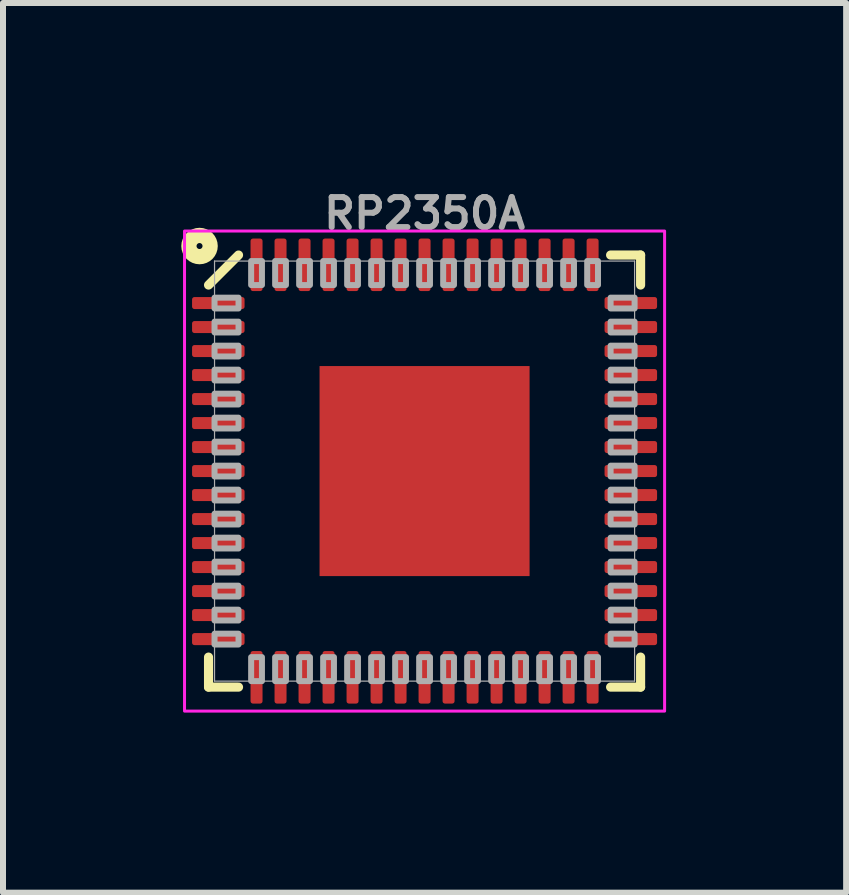
<source format=kicad_pcb>
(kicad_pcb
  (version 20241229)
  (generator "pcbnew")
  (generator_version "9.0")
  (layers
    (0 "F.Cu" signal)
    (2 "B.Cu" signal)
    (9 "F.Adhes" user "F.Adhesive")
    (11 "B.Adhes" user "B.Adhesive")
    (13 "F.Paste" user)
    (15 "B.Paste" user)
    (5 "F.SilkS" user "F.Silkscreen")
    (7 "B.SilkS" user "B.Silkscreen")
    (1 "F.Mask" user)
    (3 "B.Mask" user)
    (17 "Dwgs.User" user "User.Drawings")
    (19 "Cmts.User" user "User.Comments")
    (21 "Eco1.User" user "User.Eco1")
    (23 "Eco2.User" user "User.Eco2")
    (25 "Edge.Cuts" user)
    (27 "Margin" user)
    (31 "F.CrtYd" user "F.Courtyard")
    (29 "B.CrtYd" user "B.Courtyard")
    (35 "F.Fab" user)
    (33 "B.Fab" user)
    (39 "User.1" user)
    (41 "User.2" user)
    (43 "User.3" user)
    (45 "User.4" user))
  (footprint "RP2350A"
    (layer "F.Cu")
    (at 4.025 4.8)
    (property "Reference" "RP2350A" (at 0 -4 180) (layer "F.Fab") (effects (font (size 0.5 0.5) (thickness 0.1) (bold yes)) (justify bottom)))
    (fp_line (start -3.6 3.6) (end -3.6 3.1) (stroke (width 0.152) (type solid)) (layer "F.SilkS"))
    (fp_line (start -3.1 -3.6) (end -3.6 -3.1) (stroke (width 0.152) (type solid)) (layer "F.SilkS"))
    (fp_line (start -3.1 3.6) (end -3.6 3.6) (stroke (width 0.152) (type solid)) (layer "F.SilkS"))
    (fp_line (start 3.1 3.6) (end 3.6 3.6) (stroke (width 0.152) (type solid)) (layer "F.SilkS"))
    (fp_line (start 3.6 -3.6) (end 3.1 -3.6) (stroke (width 0.152) (type solid)) (layer "F.SilkS"))
    (fp_line (start 3.6 -3.1) (end 3.6 -3.6) (stroke (width 0.152) (type solid)) (layer "F.SilkS"))
    (fp_line (start 3.6 3.1) (end 3.6 3.6) (stroke (width 0.152) (type solid)) (layer "F.SilkS"))
    (fp_circle (center -3.75 -3.75) (end -3.7 -3.75) (stroke (width 0.254) (type solid)) (fill no) (layer "F.SilkS"))
    (fp_poly (pts (xy -3.75 -2.7) (xy -3.1 -2.7) (xy -3.1 -2.9) (xy -3.75 -2.9)) (stroke (width 0) (type default)) (fill yes) (layer "F.Paste"))
    (fp_poly (pts (xy -3.75 -2.3) (xy -3.1 -2.3) (xy -3.1 -2.5) (xy -3.75 -2.5)) (stroke (width 0) (type default)) (fill yes) (layer "F.Paste"))
    (fp_poly (pts (xy -3.75 -1.9) (xy -3.1 -1.9) (xy -3.1 -2.1) (xy -3.75 -2.1)) (stroke (width 0) (type default)) (fill yes) (layer "F.Paste"))
    (fp_poly (pts (xy -3.75 -1.5) (xy -3.1 -1.5) (xy -3.1 -1.7) (xy -3.75 -1.7)) (stroke (width 0) (type default)) (fill yes) (layer "F.Paste"))
    (fp_poly (pts (xy -3.75 -1.1) (xy -3.1 -1.1) (xy -3.1 -1.3) (xy -3.75 -1.3)) (stroke (width 0) (type default)) (fill yes) (layer "F.Paste"))
    (fp_poly (pts (xy -3.75 -0.7) (xy -3.1 -0.7) (xy -3.1 -0.9) (xy -3.75 -0.9)) (stroke (width 0) (type default)) (fill yes) (layer "F.Paste"))
    (fp_poly (pts (xy -3.75 -0.3) (xy -3.1 -0.3) (xy -3.1 -0.5) (xy -3.75 -0.5)) (stroke (width 0) (type default)) (fill yes) (layer "F.Paste"))
    (fp_poly (pts (xy -3.75 0.1) (xy -3.1 0.1) (xy -3.1 -0.1) (xy -3.75 -0.1)) (stroke (width 0) (type default)) (fill yes) (layer "F.Paste"))
    (fp_poly (pts (xy -3.75 0.5) (xy -3.1 0.5) (xy -3.1 0.3) (xy -3.75 0.3)) (stroke (width 0) (type default)) (fill yes) (layer "F.Paste"))
    (fp_poly (pts (xy -3.75 0.9) (xy -3.1 0.9) (xy -3.1 0.7) (xy -3.75 0.7)) (stroke (width 0) (type default)) (fill yes) (layer "F.Paste"))
    (fp_poly (pts (xy -3.75 1.3) (xy -3.1 1.3) (xy -3.1 1.1) (xy -3.75 1.1)) (stroke (width 0) (type default)) (fill yes) (layer "F.Paste"))
    (fp_poly (pts (xy -3.75 1.7) (xy -3.1 1.7) (xy -3.1 1.5) (xy -3.75 1.5)) (stroke (width 0) (type default)) (fill yes) (layer "F.Paste"))
    (fp_poly (pts (xy -3.75 2.1) (xy -3.1 2.1) (xy -3.1 1.9) (xy -3.75 1.9)) (stroke (width 0) (type default)) (fill yes) (layer "F.Paste"))
    (fp_poly (pts (xy -3.75 2.5) (xy -3.1 2.5) (xy -3.1 2.3) (xy -3.75 2.3)) (stroke (width 0) (type default)) (fill yes) (layer "F.Paste"))
    (fp_poly (pts (xy -3.75 2.9) (xy -3.1 2.9) (xy -3.1 2.7) (xy -3.75 2.7)) (stroke (width 0) (type default)) (fill yes) (layer "F.Paste"))
    (fp_poly (pts (xy -2.9 -3.75) (xy -2.9 -3.1) (xy -2.7 -3.1) (xy -2.7 -3.75)) (stroke (width 0) (type default)) (fill yes) (layer "F.Paste"))
    (fp_poly (pts (xy -2.7 3.75) (xy -2.7 3.1) (xy -2.9 3.1) (xy -2.9 3.75)) (stroke (width 0) (type default)) (fill yes) (layer "F.Paste"))
    (fp_poly (pts (xy -2.5 -3.75) (xy -2.5 -3.1) (xy -2.3 -3.1) (xy -2.3 -3.75)) (stroke (width 0) (type default)) (fill yes) (layer "F.Paste"))
    (fp_poly (pts (xy -2.3 3.75) (xy -2.3 3.1) (xy -2.5 3.1) (xy -2.5 3.75)) (stroke (width 0) (type default)) (fill yes) (layer "F.Paste"))
    (fp_poly (pts (xy -2.1 -3.75) (xy -2.1 -3.1) (xy -1.9 -3.1) (xy -1.9 -3.75)) (stroke (width 0) (type default)) (fill yes) (layer "F.Paste"))
    (fp_poly (pts (xy -1.9 3.75) (xy -1.9 3.1) (xy -2.1 3.1) (xy -2.1 3.75)) (stroke (width 0) (type default)) (fill yes) (layer "F.Paste"))
    (fp_poly (pts (xy -1.7 -3.75) (xy -1.7 -3.1) (xy -1.5 -3.1) (xy -1.5 -3.75)) (stroke (width 0) (type default)) (fill yes) (layer "F.Paste"))
    (fp_poly (pts (xy -1.5 3.75) (xy -1.5 3.1) (xy -1.7 3.1) (xy -1.7 3.75)) (stroke (width 0) (type default)) (fill yes) (layer "F.Paste"))
    (fp_poly (pts (xy -1.3 -3.75) (xy -1.3 -3.1) (xy -1.1 -3.1) (xy -1.1 -3.75)) (stroke (width 0) (type default)) (fill yes) (layer "F.Paste"))
    (fp_poly (pts (xy -1.1 3.75) (xy -1.1 3.1) (xy -1.3 3.1) (xy -1.3 3.75)) (stroke (width 0) (type default)) (fill yes) (layer "F.Paste"))
    (fp_poly (pts (xy -1 -0.4) (xy -0.4 -0.4) (xy -0.4 -1) (xy -1 -1)) (stroke (width 0) (type default)) (fill yes) (layer "F.Paste"))
    (fp_poly (pts (xy -1 1) (xy -0.4 1) (xy -0.4 0.4) (xy -1 0.4)) (stroke (width 0) (type default)) (fill yes) (layer "F.Paste"))
    (fp_poly (pts (xy -0.9 -3.75) (xy -0.9 -3.1) (xy -0.7 -3.1) (xy -0.7 -3.75)) (stroke (width 0) (type default)) (fill yes) (layer "F.Paste"))
    (fp_poly (pts (xy -0.7 3.75) (xy -0.7 3.1) (xy -0.9 3.1) (xy -0.9 3.75)) (stroke (width 0) (type default)) (fill yes) (layer "F.Paste"))
    (fp_poly (pts (xy -0.5 -3.75) (xy -0.5 -3.1) (xy -0.3 -3.1) (xy -0.3 -3.75)) (stroke (width 0) (type default)) (fill yes) (layer "F.Paste"))
    (fp_poly (pts (xy -0.3 3.75) (xy -0.3 3.1) (xy -0.5 3.1) (xy -0.5 3.75)) (stroke (width 0) (type default)) (fill yes) (layer "F.Paste"))
    (fp_poly (pts (xy -0.1 -3.75) (xy -0.1 -3.1) (xy 0.1 -3.1) (xy 0.1 -3.75)) (stroke (width 0) (type default)) (fill yes) (layer "F.Paste"))
    (fp_poly (pts (xy 0.1 3.75) (xy 0.1 3.1) (xy -0.1 3.1) (xy -0.1 3.75)) (stroke (width 0) (type default)) (fill yes) (layer "F.Paste"))
    (fp_poly (pts (xy 0.3 -3.75) (xy 0.3 -3.1) (xy 0.5 -3.1) (xy 0.5 -3.75)) (stroke (width 0) (type default)) (fill yes) (layer "F.Paste"))
    (fp_poly (pts (xy 0.4 -0.4) (xy 1 -0.4) (xy 1 -1) (xy 0.4 -1)) (stroke (width 0) (type default)) (fill yes) (layer "F.Paste"))
    (fp_poly (pts (xy 0.4 1) (xy 1 1) (xy 1 0.4) (xy 0.4 0.4)) (stroke (width 0) (type default)) (fill yes) (layer "F.Paste"))
    (fp_poly (pts (xy 0.5 3.75) (xy 0.5 3.1) (xy 0.3 3.1) (xy 0.3 3.75)) (stroke (width 0) (type default)) (fill yes) (layer "F.Paste"))
    (fp_poly (pts (xy 0.7 -3.75) (xy 0.7 -3.1) (xy 0.9 -3.1) (xy 0.9 -3.75)) (stroke (width 0) (type default)) (fill yes) (layer "F.Paste"))
    (fp_poly (pts (xy 0.9 3.75) (xy 0.9 3.1) (xy 0.7 3.1) (xy 0.7 3.75)) (stroke (width 0) (type default)) (fill yes) (layer "F.Paste"))
    (fp_poly (pts (xy 1.1 -3.75) (xy 1.1 -3.1) (xy 1.3 -3.1) (xy 1.3 -3.75)) (stroke (width 0) (type default)) (fill yes) (layer "F.Paste"))
    (fp_poly (pts (xy 1.3 3.75) (xy 1.3 3.1) (xy 1.1 3.1) (xy 1.1 3.75)) (stroke (width 0) (type default)) (fill yes) (layer "F.Paste"))
    (fp_poly (pts (xy 1.5 -3.75) (xy 1.5 -3.1) (xy 1.7 -3.1) (xy 1.7 -3.75)) (stroke (width 0) (type default)) (fill yes) (layer "F.Paste"))
    (fp_poly (pts (xy 1.7 3.75) (xy 1.7 3.1) (xy 1.5 3.1) (xy 1.5 3.75)) (stroke (width 0) (type default)) (fill yes) (layer "F.Paste"))
    (fp_poly (pts (xy 1.9 -3.75) (xy 1.9 -3.1) (xy 2.1 -3.1) (xy 2.1 -3.75)) (stroke (width 0) (type default)) (fill yes) (layer "F.Paste"))
    (fp_poly (pts (xy 2.1 3.75) (xy 2.1 3.1) (xy 1.9 3.1) (xy 1.9 3.75)) (stroke (width 0) (type default)) (fill yes) (layer "F.Paste"))
    (fp_poly (pts (xy 2.3 -3.75) (xy 2.3 -3.1) (xy 2.5 -3.1) (xy 2.5 -3.75)) (stroke (width 0) (type default)) (fill yes) (layer "F.Paste"))
    (fp_poly (pts (xy 2.5 3.75) (xy 2.5 3.1) (xy 2.3 3.1) (xy 2.3 3.75)) (stroke (width 0) (type default)) (fill yes) (layer "F.Paste"))
    (fp_poly (pts (xy 2.7 -3.75) (xy 2.7 -3.1) (xy 2.9 -3.1) (xy 2.9 -3.75)) (stroke (width 0) (type default)) (fill yes) (layer "F.Paste"))
    (fp_poly (pts (xy 2.9 3.75) (xy 2.9 3.1) (xy 2.7 3.1) (xy 2.7 3.75)) (stroke (width 0) (type default)) (fill yes) (layer "F.Paste"))
    (fp_poly (pts (xy 3.75 -2.9) (xy 3.1 -2.9) (xy 3.1 -2.7) (xy 3.75 -2.7)) (stroke (width 0) (type default)) (fill yes) (layer "F.Paste"))
    (fp_poly (pts (xy 3.75 -2.5) (xy 3.1 -2.5) (xy 3.1 -2.3) (xy 3.75 -2.3)) (stroke (width 0) (type default)) (fill yes) (layer "F.Paste"))
    (fp_poly (pts (xy 3.75 -2.1) (xy 3.1 -2.1) (xy 3.1 -1.9) (xy 3.75 -1.9)) (stroke (width 0) (type default)) (fill yes) (layer "F.Paste"))
    (fp_poly (pts (xy 3.75 -1.7) (xy 3.1 -1.7) (xy 3.1 -1.5) (xy 3.75 -1.5)) (stroke (width 0) (type default)) (fill yes) (layer "F.Paste"))
    (fp_poly (pts (xy 3.75 -1.3) (xy 3.1 -1.3) (xy 3.1 -1.1) (xy 3.75 -1.1)) (stroke (width 0) (type default)) (fill yes) (layer "F.Paste"))
    (fp_poly (pts (xy 3.75 -0.9) (xy 3.1 -0.9) (xy 3.1 -0.7) (xy 3.75 -0.7)) (stroke (width 0) (type default)) (fill yes) (layer "F.Paste"))
    (fp_poly (pts (xy 3.75 -0.5) (xy 3.1 -0.5) (xy 3.1 -0.3) (xy 3.75 -0.3)) (stroke (width 0) (type default)) (fill yes) (layer "F.Paste"))
    (fp_poly (pts (xy 3.75 -0.1) (xy 3.1 -0.1) (xy 3.1 0.1) (xy 3.75 0.1)) (stroke (width 0) (type default)) (fill yes) (layer "F.Paste"))
    (fp_poly (pts (xy 3.75 0.3) (xy 3.1 0.3) (xy 3.1 0.5) (xy 3.75 0.5)) (stroke (width 0) (type default)) (fill yes) (layer "F.Paste"))
    (fp_poly (pts (xy 3.75 0.7) (xy 3.1 0.7) (xy 3.1 0.9) (xy 3.75 0.9)) (stroke (width 0) (type default)) (fill yes) (layer "F.Paste"))
    (fp_poly (pts (xy 3.75 1.1) (xy 3.1 1.1) (xy 3.1 1.3) (xy 3.75 1.3)) (stroke (width 0) (type default)) (fill yes) (layer "F.Paste"))
    (fp_poly (pts (xy 3.75 1.5) (xy 3.1 1.5) (xy 3.1 1.7) (xy 3.75 1.7)) (stroke (width 0) (type default)) (fill yes) (layer "F.Paste"))
    (fp_poly (pts (xy 3.75 1.9) (xy 3.1 1.9) (xy 3.1 2.1) (xy 3.75 2.1)) (stroke (width 0) (type default)) (fill yes) (layer "F.Paste"))
    (fp_poly (pts (xy 3.75 2.3) (xy 3.1 2.3) (xy 3.1 2.5) (xy 3.75 2.5)) (stroke (width 0) (type default)) (fill yes) (layer "F.Paste"))
    (fp_poly (pts (xy 3.75 2.7) (xy 3.1 2.7) (xy 3.1 2.9) (xy 3.75 2.9)) (stroke (width 0) (type default)) (fill yes) (layer "F.Paste"))
    (fp_rect (start 4 -4) (end -4 4) (stroke (width 0.05) (type default)) (fill no) (layer "F.CrtYd"))
    (fp_line (start -3.5 -3.5) (end -3.5 3.5) (stroke (width 0.02) (type solid)) (layer "F.Fab"))
    (fp_line (start -3.5 3.5) (end 3.5 3.5) (stroke (width 0.02) (type solid)) (layer "F.Fab"))
    (fp_line (start 3.5 -3.5) (end -3.5 -3.5) (stroke (width 0.02) (type solid)) (layer "F.Fab"))
    (fp_line (start 3.5 3.5) (end 3.5 -3.5) (stroke (width 0.02) (type solid)) (layer "F.Fab"))
    (fp_poly (pts (xy -3.5 -2.71) (xy -3.1 -2.71) (xy -3.1 -2.89) (xy -3.5 -2.89)) (stroke (width 0.1) (type default)) (fill no) (layer "F.Fab"))
    (fp_poly (pts (xy -3.5 -2.31) (xy -3.1 -2.31) (xy -3.1 -2.49) (xy -3.5 -2.49)) (stroke (width 0.1) (type default)) (fill no) (layer "F.Fab"))
    (fp_poly (pts (xy -3.5 -1.91) (xy -3.1 -1.91) (xy -3.1 -2.09) (xy -3.5 -2.09)) (stroke (width 0.1) (type default)) (fill no) (layer "F.Fab"))
    (fp_poly (pts (xy -3.5 -1.51) (xy -3.1 -1.51) (xy -3.1 -1.69) (xy -3.5 -1.69)) (stroke (width 0.1) (type default)) (fill no) (layer "F.Fab"))
    (fp_poly (pts (xy -3.5 -1.11) (xy -3.1 -1.11) (xy -3.1 -1.29) (xy -3.5 -1.29)) (stroke (width 0.1) (type default)) (fill no) (layer "F.Fab"))
    (fp_poly (pts (xy -3.5 -0.71) (xy -3.1 -0.71) (xy -3.1 -0.89) (xy -3.5 -0.89)) (stroke (width 0.1) (type default)) (fill no) (layer "F.Fab"))
    (fp_poly (pts (xy -3.5 -0.31) (xy -3.1 -0.31) (xy -3.1 -0.49) (xy -3.5 -0.49)) (stroke (width 0.1) (type default)) (fill no) (layer "F.Fab"))
    (fp_poly (pts (xy -3.5 0.09) (xy -3.1 0.09) (xy -3.1 -0.09) (xy -3.5 -0.09)) (stroke (width 0.1) (type default)) (fill no) (layer "F.Fab"))
    (fp_poly (pts (xy -3.5 0.49) (xy -3.1 0.49) (xy -3.1 0.31) (xy -3.5 0.31)) (stroke (width 0.1) (type default)) (fill no) (layer "F.Fab"))
    (fp_poly (pts (xy -3.5 0.89) (xy -3.1 0.89) (xy -3.1 0.71) (xy -3.5 0.71)) (stroke (width 0.1) (type default)) (fill no) (layer "F.Fab"))
    (fp_poly (pts (xy -3.5 1.29) (xy -3.1 1.29) (xy -3.1 1.11) (xy -3.5 1.11)) (stroke (width 0.1) (type default)) (fill no) (layer "F.Fab"))
    (fp_poly (pts (xy -3.5 1.69) (xy -3.1 1.69) (xy -3.1 1.51) (xy -3.5 1.51)) (stroke (width 0.1) (type default)) (fill no) (layer "F.Fab"))
    (fp_poly (pts (xy -3.5 2.09) (xy -3.1 2.09) (xy -3.1 1.91) (xy -3.5 1.91)) (stroke (width 0.1) (type default)) (fill no) (layer "F.Fab"))
    (fp_poly (pts (xy -3.5 2.49) (xy -3.1 2.49) (xy -3.1 2.31) (xy -3.5 2.31)) (stroke (width 0.1) (type default)) (fill no) (layer "F.Fab"))
    (fp_poly (pts (xy -3.5 2.89) (xy -3.1 2.89) (xy -3.1 2.71) (xy -3.5 2.71)) (stroke (width 0.1) (type default)) (fill no) (layer "F.Fab"))
    (fp_poly (pts (xy -2.89 -3.5) (xy -2.89 -3.1) (xy -2.71 -3.1) (xy -2.71 -3.5)) (stroke (width 0.1) (type default)) (fill no) (layer "F.Fab"))
    (fp_poly (pts (xy -2.71 3.5) (xy -2.71 3.1) (xy -2.89 3.1) (xy -2.89 3.5)) (stroke (width 0.1) (type default)) (fill no) (layer "F.Fab"))
    (fp_poly (pts (xy -2.49 -3.5) (xy -2.49 -3.1) (xy -2.31 -3.1) (xy -2.31 -3.5)) (stroke (width 0.1) (type default)) (fill no) (layer "F.Fab"))
    (fp_poly (pts (xy -2.31 3.5) (xy -2.31 3.1) (xy -2.49 3.1) (xy -2.49 3.5)) (stroke (width 0.1) (type default)) (fill no) (layer "F.Fab"))
    (fp_poly (pts (xy -2.09 -3.5) (xy -2.09 -3.1) (xy -1.91 -3.1) (xy -1.91 -3.5)) (stroke (width 0.1) (type default)) (fill no) (layer "F.Fab"))
    (fp_poly (pts (xy -1.91 3.5) (xy -1.91 3.1) (xy -2.09 3.1) (xy -2.09 3.5)) (stroke (width 0.1) (type default)) (fill no) (layer "F.Fab"))
    (fp_poly (pts (xy -1.69 -3.5) (xy -1.69 -3.1) (xy -1.51 -3.1) (xy -1.51 -3.5)) (stroke (width 0.1) (type default)) (fill no) (layer "F.Fab"))
    (fp_poly (pts (xy -1.51 3.5) (xy -1.51 3.1) (xy -1.69 3.1) (xy -1.69 3.5)) (stroke (width 0.1) (type default)) (fill no) (layer "F.Fab"))
    (fp_poly (pts (xy -1.29 -3.5) (xy -1.29 -3.1) (xy -1.11 -3.1) (xy -1.11 -3.5)) (stroke (width 0.1) (type default)) (fill no) (layer "F.Fab"))
    (fp_poly (pts (xy -1.11 3.5) (xy -1.11 3.1) (xy -1.29 3.1) (xy -1.29 3.5)) (stroke (width 0.1) (type default)) (fill no) (layer "F.Fab"))
    (fp_poly (pts (xy -0.89 -3.5) (xy -0.89 -3.1) (xy -0.71 -3.1) (xy -0.71 -3.5)) (stroke (width 0.1) (type default)) (fill no) (layer "F.Fab"))
    (fp_poly (pts (xy -0.71 3.5) (xy -0.71 3.1) (xy -0.89 3.1) (xy -0.89 3.5)) (stroke (width 0.1) (type default)) (fill no) (layer "F.Fab"))
    (fp_poly (pts (xy -0.49 -3.5) (xy -0.49 -3.1) (xy -0.31 -3.1) (xy -0.31 -3.5)) (stroke (width 0.1) (type default)) (fill no) (layer "F.Fab"))
    (fp_poly (pts (xy -0.31 3.5) (xy -0.31 3.1) (xy -0.49 3.1) (xy -0.49 3.5)) (stroke (width 0.1) (type default)) (fill no) (layer "F.Fab"))
    (fp_poly (pts (xy -0.09 -3.5) (xy -0.09 -3.1) (xy 0.09 -3.1) (xy 0.09 -3.5)) (stroke (width 0.1) (type default)) (fill no) (layer "F.Fab"))
    (fp_poly (pts (xy 0.09 3.5) (xy 0.09 3.1) (xy -0.09 3.1) (xy -0.09 3.5)) (stroke (width 0.1) (type default)) (fill no) (layer "F.Fab"))
    (fp_poly (pts (xy 0.31 -3.5) (xy 0.31 -3.1) (xy 0.49 -3.1) (xy 0.49 -3.5)) (stroke (width 0.1) (type default)) (fill no) (layer "F.Fab"))
    (fp_poly (pts (xy 0.49 3.5) (xy 0.49 3.1) (xy 0.31 3.1) (xy 0.31 3.5)) (stroke (width 0.1) (type default)) (fill no) (layer "F.Fab"))
    (fp_poly (pts (xy 0.71 -3.5) (xy 0.71 -3.1) (xy 0.89 -3.1) (xy 0.89 -3.5)) (stroke (width 0.1) (type default)) (fill no) (layer "F.Fab"))
    (fp_poly (pts (xy 0.89 3.5) (xy 0.89 3.1) (xy 0.71 3.1) (xy 0.71 3.5)) (stroke (width 0.1) (type default)) (fill no) (layer "F.Fab"))
    (fp_poly (pts (xy 1.11 -3.5) (xy 1.11 -3.1) (xy 1.29 -3.1) (xy 1.29 -3.5)) (stroke (width 0.1) (type default)) (fill no) (layer "F.Fab"))
    (fp_poly (pts (xy 1.29 3.5) (xy 1.29 3.1) (xy 1.11 3.1) (xy 1.11 3.5)) (stroke (width 0.1) (type default)) (fill no) (layer "F.Fab"))
    (fp_poly (pts (xy 1.51 -3.5) (xy 1.51 -3.1) (xy 1.69 -3.1) (xy 1.69 -3.5)) (stroke (width 0.1) (type default)) (fill no) (layer "F.Fab"))
    (fp_poly (pts (xy 1.69 3.5) (xy 1.69 3.1) (xy 1.51 3.1) (xy 1.51 3.5)) (stroke (width 0.1) (type default)) (fill no) (layer "F.Fab"))
    (fp_poly (pts (xy 1.91 -3.5) (xy 1.91 -3.1) (xy 2.09 -3.1) (xy 2.09 -3.5)) (stroke (width 0.1) (type default)) (fill no) (layer "F.Fab"))
    (fp_poly (pts (xy 2.09 3.5) (xy 2.09 3.1) (xy 1.91 3.1) (xy 1.91 3.5)) (stroke (width 0.1) (type default)) (fill no) (layer "F.Fab"))
    (fp_poly (pts (xy 2.31 -3.5) (xy 2.31 -3.1) (xy 2.49 -3.1) (xy 2.49 -3.5)) (stroke (width 0.1) (type default)) (fill no) (layer "F.Fab"))
    (fp_poly (pts (xy 2.49 3.5) (xy 2.49 3.1) (xy 2.31 3.1) (xy 2.31 3.5)) (stroke (width 0.1) (type default)) (fill no) (layer "F.Fab"))
    (fp_poly (pts (xy 2.71 -3.5) (xy 2.71 -3.1) (xy 2.89 -3.1) (xy 2.89 -3.5)) (stroke (width 0.1) (type default)) (fill no) (layer "F.Fab"))
    (fp_poly (pts (xy 2.89 3.5) (xy 2.89 3.1) (xy 2.71 3.1) (xy 2.71 3.5)) (stroke (width 0.1) (type default)) (fill no) (layer "F.Fab"))
    (fp_poly (pts (xy 3.5 -2.89) (xy 3.1 -2.89) (xy 3.1 -2.71) (xy 3.5 -2.71)) (stroke (width 0.1) (type default)) (fill no) (layer "F.Fab"))
    (fp_poly (pts (xy 3.5 -2.49) (xy 3.1 -2.49) (xy 3.1 -2.31) (xy 3.5 -2.31)) (stroke (width 0.1) (type default)) (fill no) (layer "F.Fab"))
    (fp_poly (pts (xy 3.5 -2.09) (xy 3.1 -2.09) (xy 3.1 -1.91) (xy 3.5 -1.91)) (stroke (width 0.1) (type default)) (fill no) (layer "F.Fab"))
    (fp_poly (pts (xy 3.5 -1.69) (xy 3.1 -1.69) (xy 3.1 -1.51) (xy 3.5 -1.51)) (stroke (width 0.1) (type default)) (fill no) (layer "F.Fab"))
    (fp_poly (pts (xy 3.5 -1.29) (xy 3.1 -1.29) (xy 3.1 -1.11) (xy 3.5 -1.11)) (stroke (width 0.1) (type default)) (fill no) (layer "F.Fab"))
    (fp_poly (pts (xy 3.5 -0.89) (xy 3.1 -0.89) (xy 3.1 -0.71) (xy 3.5 -0.71)) (stroke (width 0.1) (type default)) (fill no) (layer "F.Fab"))
    (fp_poly (pts (xy 3.5 -0.49) (xy 3.1 -0.49) (xy 3.1 -0.31) (xy 3.5 -0.31)) (stroke (width 0.1) (type default)) (fill no) (layer "F.Fab"))
    (fp_poly (pts (xy 3.5 -0.09) (xy 3.1 -0.09) (xy 3.1 0.09) (xy 3.5 0.09)) (stroke (width 0.1) (type default)) (fill no) (layer "F.Fab"))
    (fp_poly (pts (xy 3.5 0.31) (xy 3.1 0.31) (xy 3.1 0.49) (xy 3.5 0.49)) (stroke (width 0.1) (type default)) (fill no) (layer "F.Fab"))
    (fp_poly (pts (xy 3.5 0.71) (xy 3.1 0.71) (xy 3.1 0.89) (xy 3.5 0.89)) (stroke (width 0.1) (type default)) (fill no) (layer "F.Fab"))
    (fp_poly (pts (xy 3.5 1.11) (xy 3.1 1.11) (xy 3.1 1.29) (xy 3.5 1.29)) (stroke (width 0.1) (type default)) (fill no) (layer "F.Fab"))
    (fp_poly (pts (xy 3.5 1.51) (xy 3.1 1.51) (xy 3.1 1.69) (xy 3.5 1.69)) (stroke (width 0.1) (type default)) (fill no) (layer "F.Fab"))
    (fp_poly (pts (xy 3.5 1.91) (xy 3.1 1.91) (xy 3.1 2.09) (xy 3.5 2.09)) (stroke (width 0.1) (type default)) (fill no) (layer "F.Fab"))
    (fp_poly (pts (xy 3.5 2.31) (xy 3.1 2.31) (xy 3.1 2.49) (xy 3.5 2.49)) (stroke (width 0.1) (type default)) (fill no) (layer "F.Fab"))
    (fp_poly (pts (xy 3.5 2.71) (xy 3.1 2.71) (xy 3.1 2.89) (xy 3.5 2.89)) (stroke (width 0.1) (type default)) (fill no) (layer "F.Fab"))
    (pad "1" smd roundrect (at -3.437 -2.8 180) (size 0.875 0.2) (layers "F.Cu" "F.Mask") (roundrect_rratio 0.2))
    (pad "2" smd roundrect (at -3.437 -2.4 180) (size 0.875 0.2) (layers "F.Cu" "F.Mask") (roundrect_rratio 0.2))
    (pad "3" smd roundrect (at -3.437 -2 180) (size 0.875 0.2) (layers "F.Cu" "F.Mask") (roundrect_rratio 0.2))
    (pad "4" smd roundrect (at -3.437 -1.6 180) (size 0.875 0.2) (layers "F.Cu" "F.Mask") (roundrect_rratio 0.2))
    (pad "5" smd roundrect (at -3.437 -1.2 180) (size 0.875 0.2) (layers "F.Cu" "F.Mask") (roundrect_rratio 0.2))
    (pad "6" smd roundrect (at -3.437 -0.8 180) (size 0.875 0.2) (layers "F.Cu" "F.Mask") (roundrect_rratio 0.2))
    (pad "7" smd roundrect (at -3.437 -0.4) (size 0.875 0.2) (layers "F.Cu" "F.Mask") (roundrect_rratio 0.2))
    (pad "8" smd roundrect (at -3.437 0 180) (size 0.875 0.2) (layers "F.Cu" "F.Mask") (roundrect_rratio 0.2))
    (pad "9" smd roundrect (at -3.437 0.4 180) (size 0.875 0.2) (layers "F.Cu" "F.Mask") (roundrect_rratio 0.2))
    (pad "10" smd roundrect (at -3.437 0.8 180) (size 0.875 0.2) (layers "F.Cu" "F.Mask") (roundrect_rratio 0.2))
    (pad "11" smd roundrect (at -3.437 1.2 180) (size 0.875 0.2) (layers "F.Cu" "F.Mask") (roundrect_rratio 0.2))
    (pad "12" smd roundrect (at -3.437 1.6 180) (size 0.875 0.2) (layers "F.Cu" "F.Mask") (roundrect_rratio 0.2))
    (pad "13" smd roundrect (at -3.437 2 180) (size 0.875 0.2) (layers "F.Cu" "F.Mask") (roundrect_rratio 0.2))
    (pad "14" smd roundrect (at -3.437 2.4) (size 0.875 0.2) (layers "F.Cu" "F.Mask") (roundrect_rratio 0.2))
    (pad "15" smd roundrect (at -3.437 2.8 180) (size 0.875 0.2) (layers "F.Cu" "F.Mask") (roundrect_rratio 0.2))
    (pad "16" smd roundrect (at -2.8 3.437 270) (size 0.875 0.2) (layers "F.Cu" "F.Mask") (roundrect_rratio 0.2))
    (pad "17" smd roundrect (at -2.4 3.437 270) (size 0.875 0.2) (layers "F.Cu" "F.Mask") (roundrect_rratio 0.2))
    (pad "18" smd roundrect (at -2 3.437 270) (size 0.875 0.2) (layers "F.Cu" "F.Mask") (roundrect_rratio 0.2))
    (pad "19" smd roundrect (at -1.6 3.437 270) (size 0.875 0.2) (layers "F.Cu" "F.Mask") (roundrect_rratio 0.2))
    (pad "20" smd roundrect (at -1.2 3.437 270) (size 0.875 0.2) (layers "F.Cu" "F.Mask") (roundrect_rratio 0.2))
    (pad "21" smd roundrect (at -0.8 3.437 90) (size 0.875 0.2) (layers "F.Cu" "F.Mask") (roundrect_rratio 0.2))
    (pad "22" smd roundrect (at -0.4 3.437 270) (size 0.875 0.2) (layers "F.Cu" "F.Mask") (roundrect_rratio 0.2))
    (pad "23" smd roundrect (at 0 3.437 270) (size 0.875 0.2) (layers "F.Cu" "F.Mask") (roundrect_rratio 0.2))
    (pad "24" smd roundrect (at 0.4 3.437 270) (size 0.875 0.2) (layers "F.Cu" "F.Mask") (roundrect_rratio 0.2))
    (pad "25" smd roundrect (at 0.8 3.437 270) (size 0.875 0.2) (layers "F.Cu" "F.Mask") (roundrect_rratio 0.2))
    (pad "26" smd roundrect (at 1.2 3.437 270) (size 0.875 0.2) (layers "F.Cu" "F.Mask") (roundrect_rratio 0.2))
    (pad "27" smd roundrect (at 1.6 3.437 270) (size 0.875 0.2) (layers "F.Cu" "F.Mask") (roundrect_rratio 0.2))
    (pad "28" smd roundrect (at 2 3.437 90) (size 0.875 0.2) (layers "F.Cu" "F.Mask") (roundrect_rratio 0.2))
    (pad "29" smd roundrect (at 2.4 3.437 270) (size 0.875 0.2) (layers "F.Cu" "F.Mask") (roundrect_rratio 0.2))
    (pad "30" smd roundrect (at 2.8 3.437 270) (size 0.875 0.2) (layers "F.Cu" "F.Mask") (roundrect_rratio 0.2))
    (pad "31" smd roundrect (at 3.437 2.8) (size 0.875 0.2) (layers "F.Cu" "F.Mask") (roundrect_rratio 0.2))
    (pad "32" smd roundrect (at 3.437 2.4) (size 0.875 0.2) (layers "F.Cu" "F.Mask") (roundrect_rratio 0.2))
    (pad "33" smd roundrect (at 3.437 2) (size 0.875 0.2) (layers "F.Cu" "F.Mask") (roundrect_rratio 0.2))
    (pad "34" smd roundrect (at 3.437 1.6) (size 0.875 0.2) (layers "F.Cu" "F.Mask") (roundrect_rratio 0.2))
    (pad "35" smd roundrect (at 3.437 1.2 180) (size 0.875 0.2) (layers "F.Cu" "F.Mask") (roundrect_rratio 0.2))
    (pad "36" smd roundrect (at 3.437 0.8) (size 0.875 0.2) (layers "F.Cu" "F.Mask") (roundrect_rratio 0.2))
    (pad "37" smd roundrect (at 3.437 0.4) (size 0.875 0.2) (layers "F.Cu" "F.Mask") (roundrect_rratio 0.2))
    (pad "38" smd roundrect (at 3.437 0) (size 0.875 0.2) (layers "F.Cu" "F.Mask") (roundrect_rratio 0.2))
    (pad "39" smd roundrect (at 3.437 -0.4) (size 0.875 0.2) (layers "F.Cu" "F.Mask") (roundrect_rratio 0.2))
    (pad "40" smd roundrect (at 3.437 -0.8) (size 0.875 0.2) (layers "F.Cu" "F.Mask") (roundrect_rratio 0.2))
    (pad "41" smd roundrect (at 3.437 -1.2) (size 0.875 0.2) (layers "F.Cu" "F.Mask") (roundrect_rratio 0.2))
    (pad "42" smd roundrect (at 3.437 -1.6 180) (size 0.875 0.2) (layers "F.Cu" "F.Mask") (roundrect_rratio 0.2))
    (pad "43" smd roundrect (at 3.437 -2) (size 0.875 0.2) (layers "F.Cu" "F.Mask") (roundrect_rratio 0.2))
    (pad "44" smd roundrect (at 3.437 -2.4) (size 0.875 0.2) (layers "F.Cu" "F.Mask") (roundrect_rratio 0.2))
    (pad "45" smd roundrect (at 3.437 -2.8) (size 0.875 0.2) (layers "F.Cu" "F.Mask") (roundrect_rratio 0.2))
    (pad "46" smd roundrect (at 2.8 -3.437 90) (size 0.875 0.2) (layers "F.Cu" "F.Mask") (roundrect_rratio 0.2))
    (pad "47" smd roundrect (at 2.4 -3.437 90) (size 0.875 0.2) (layers "F.Cu" "F.Mask") (roundrect_rratio 0.2))
    (pad "48" smd roundrect (at 2 -3.437 90) (size 0.875 0.2) (layers "F.Cu" "F.Mask") (roundrect_rratio 0.2))
    (pad "49" smd roundrect (at 1.6 -3.437 270) (size 0.875 0.2) (layers "F.Cu" "F.Mask") (roundrect_rratio 0.2))
    (pad "50" smd roundrect (at 1.2 -3.437 90) (size 0.875 0.2) (layers "F.Cu" "F.Mask") (roundrect_rratio 0.2))
    (pad "51" smd roundrect (at 0.8 -3.437 90) (size 0.875 0.2) (layers "F.Cu" "F.Mask") (roundrect_rratio 0.2))
    (pad "52" smd roundrect (at 0.4 -3.437 90) (size 0.875 0.2) (layers "F.Cu" "F.Mask") (roundrect_rratio 0.2))
    (pad "53" smd roundrect (at 0 -3.437 90) (size 0.875 0.2) (layers "F.Cu" "F.Mask") (roundrect_rratio 0.2))
    (pad "54" smd roundrect (at -0.4 -3.437 90) (size 0.875 0.2) (layers "F.Cu" "F.Mask") (roundrect_rratio 0.2))
    (pad "55" smd roundrect (at -0.8 -3.437 90) (size 0.875 0.2) (layers "F.Cu" "F.Mask") (roundrect_rratio 0.2))
    (pad "56" smd roundrect (at -1.2 -3.437 270) (size 0.875 0.2) (layers "F.Cu" "F.Mask") (roundrect_rratio 0.2))
    (pad "57" smd roundrect (at -1.6 -3.437 270) (size 0.875 0.2) (layers "F.Cu" "F.Mask") (roundrect_rratio 0.2))
    (pad "58" smd roundrect (at -2 -3.437 270) (size 0.875 0.2) (layers "F.Cu" "F.Mask") (roundrect_rratio 0.2))
    (pad "59" smd roundrect (at -2.4 -3.437 270) (size 0.875 0.2) (layers "F.Cu" "F.Mask") (roundrect_rratio 0.2))
    (pad "60" smd roundrect (at -2.8 -3.437 270) (size 0.875 0.2) (layers "F.Cu" "F.Mask") (roundrect_rratio 0.2))
    (pad "EPAD" smd rect (at 0 0) (size 3.5 3.5) (layers "F.Cu" "F.Mask")))
  (gr_rect
    (start -3 -3)
    (end 11.05 11.825)
    (stroke (width 0.1) (type default))
    (fill no)
    (layer "Edge.Cuts")))
</source>
